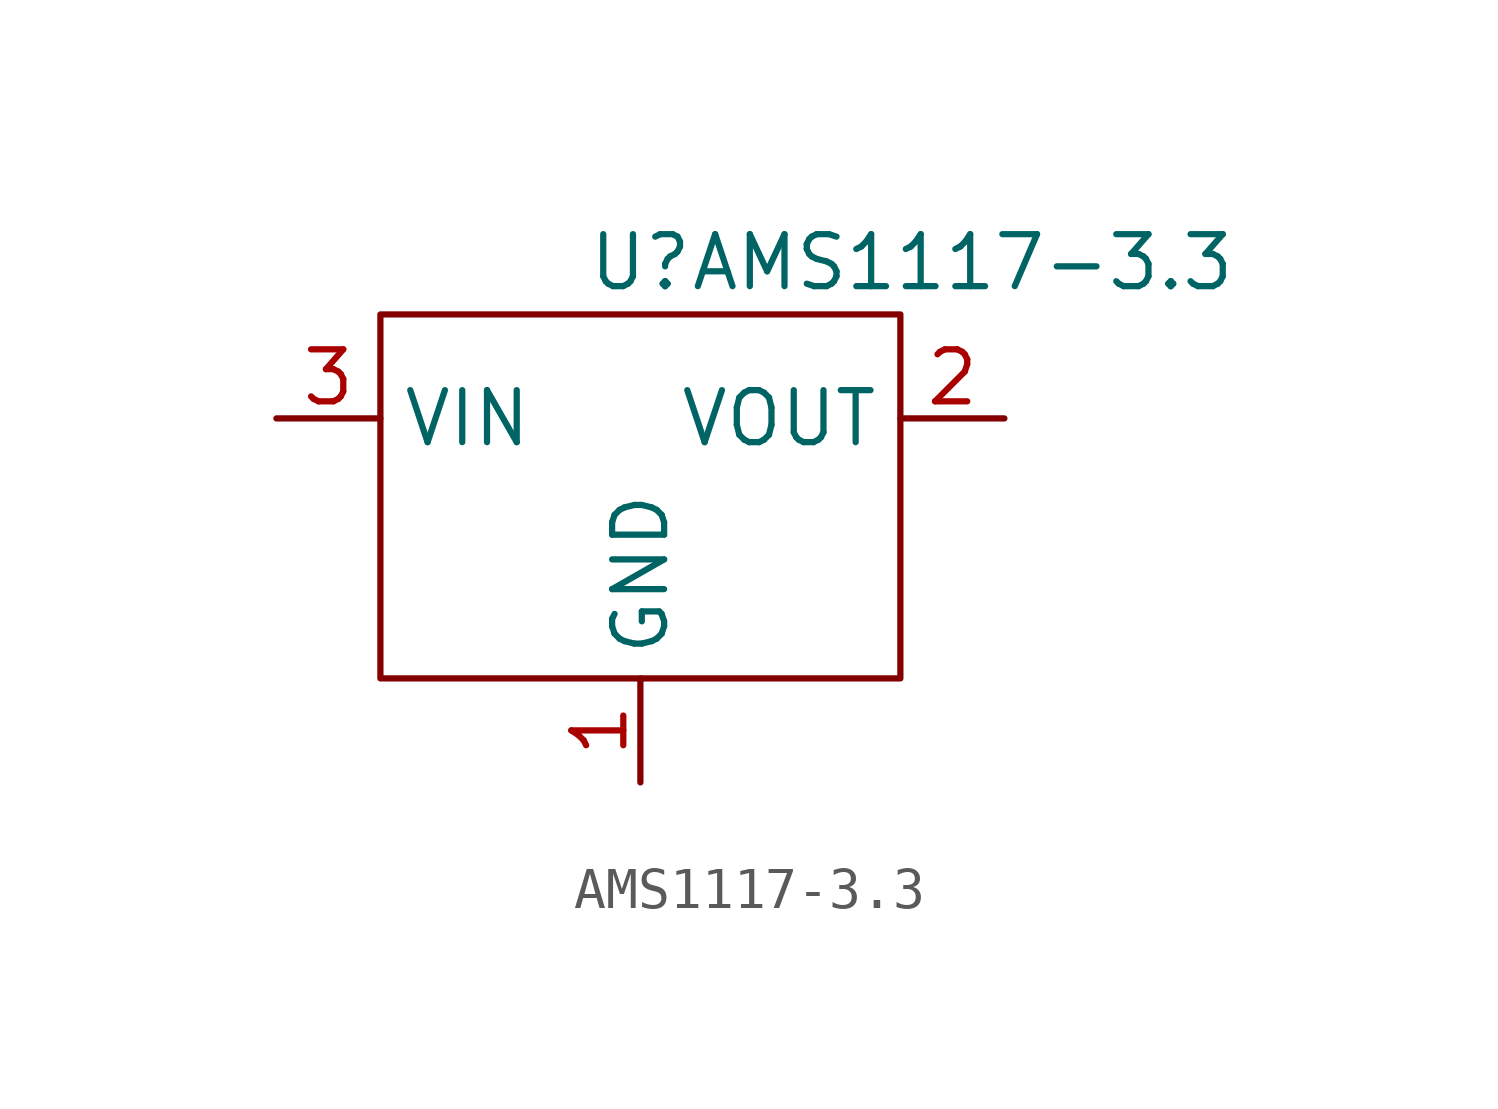
<source format=kicad_sym>
(kicad_symbol_lib
  (version 20231120)
  (generator "kicad_symbol_editor")
  (generator_version "8.0")
  (symbol "AMS1117-3.3"
    (property "Reference" "U"
      (at 0 3.81 0)
      (effects (font (size 1.27 1.27))))
    (property "Value" "AMS1117-3.3"
      (at 7.874 3.81 0)
      (effects (font (size 1.27 1.27))))
    (symbol "AMS1117-3.3_0_0"
      (pin power_in line (at 0 -8.89 90) (length 2.54) (name "GND" (effects (font (size 1.27 1.27)))) (number "1" (effects (font (size 1.27 1.27)))))
      (pin power_out line (at 8.89 0 180) (length 2.54) (name "VOUT" (effects (font (size 1.27 1.27)))) (number "2" (effects (font (size 1.27 1.27)))))
      (pin power_in line (at -8.89 0 0) (length 2.54) (name "VIN" (effects (font (size 1.27 1.27)))) (number "3" (effects (font (size 1.27 1.27))))))
    (symbol "AMS1117-3.3_0_1"
      (rectangle (start -6.35 2.54) (end 6.35 -6.35) (stroke (width 0) (type default)) (fill (type none))))))
</source>
